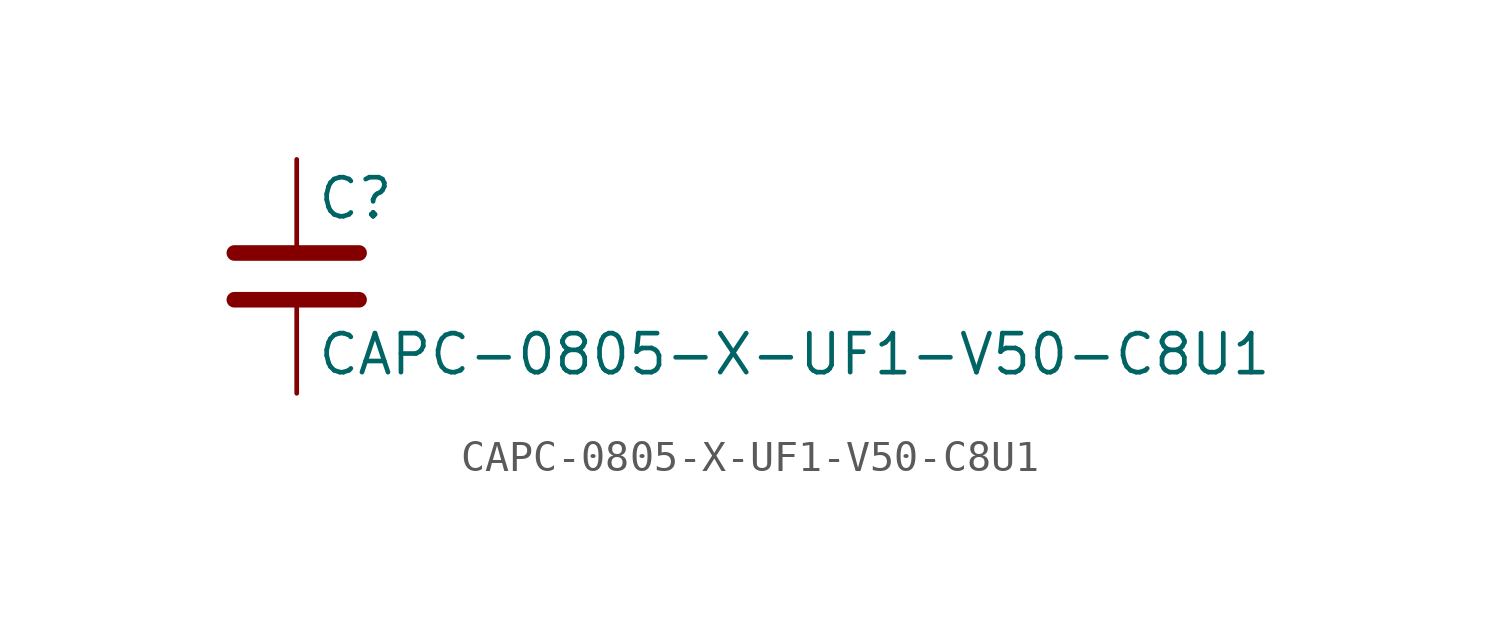
<source format=kicad_sym>
(kicad_symbol_lib
  (version 20211014)
  (generator kicad_symbol_editor)
  (symbol "CAPC-0805-X-UF1-V50-C8U1"
    (pin_numbers hide)
    (pin_names
      (offset 0.254))
    (property "Reference" "C"
      (at 0.635 2.54 0)
      (effects (font (size 1.27 1.27)) (justify left)))
    (property "Value" "CAPC-0805-X-UF1-V50-C8U1"
      (at 0.635 -2.54 0)
      (effects (font (size 1.27 1.27)) (justify left)))
    (symbol "CAPC-0805-X-UF1-V50-C8U1_0_1"
      (polyline (pts (xy -2.032 -0.762) (xy 2.032 -0.762)) (stroke (width 0.508) (type default) (color 0 0 0 0)) (fill (type none)))
      (polyline (pts (xy -2.032 0.762) (xy 2.032 0.762)) (stroke (width 0.508) (type default) (color 0 0 0 0)) (fill (type none))))
    (symbol "CAPC-0805-X-UF1-V50-C8U1_1_1"
      (pin passive line (at 0 3.81 270) (length 2.794) (name "~" (effects (font (size 1.27 1.27)))) (number "1" (effects (font (size 1.27 1.27)))))
      (pin passive line (at 0 -3.81 90) (length 2.794) (name "~" (effects (font (size 1.27 1.27)))) (number "2" (effects (font (size 1.27 1.27))))))))
</source>
